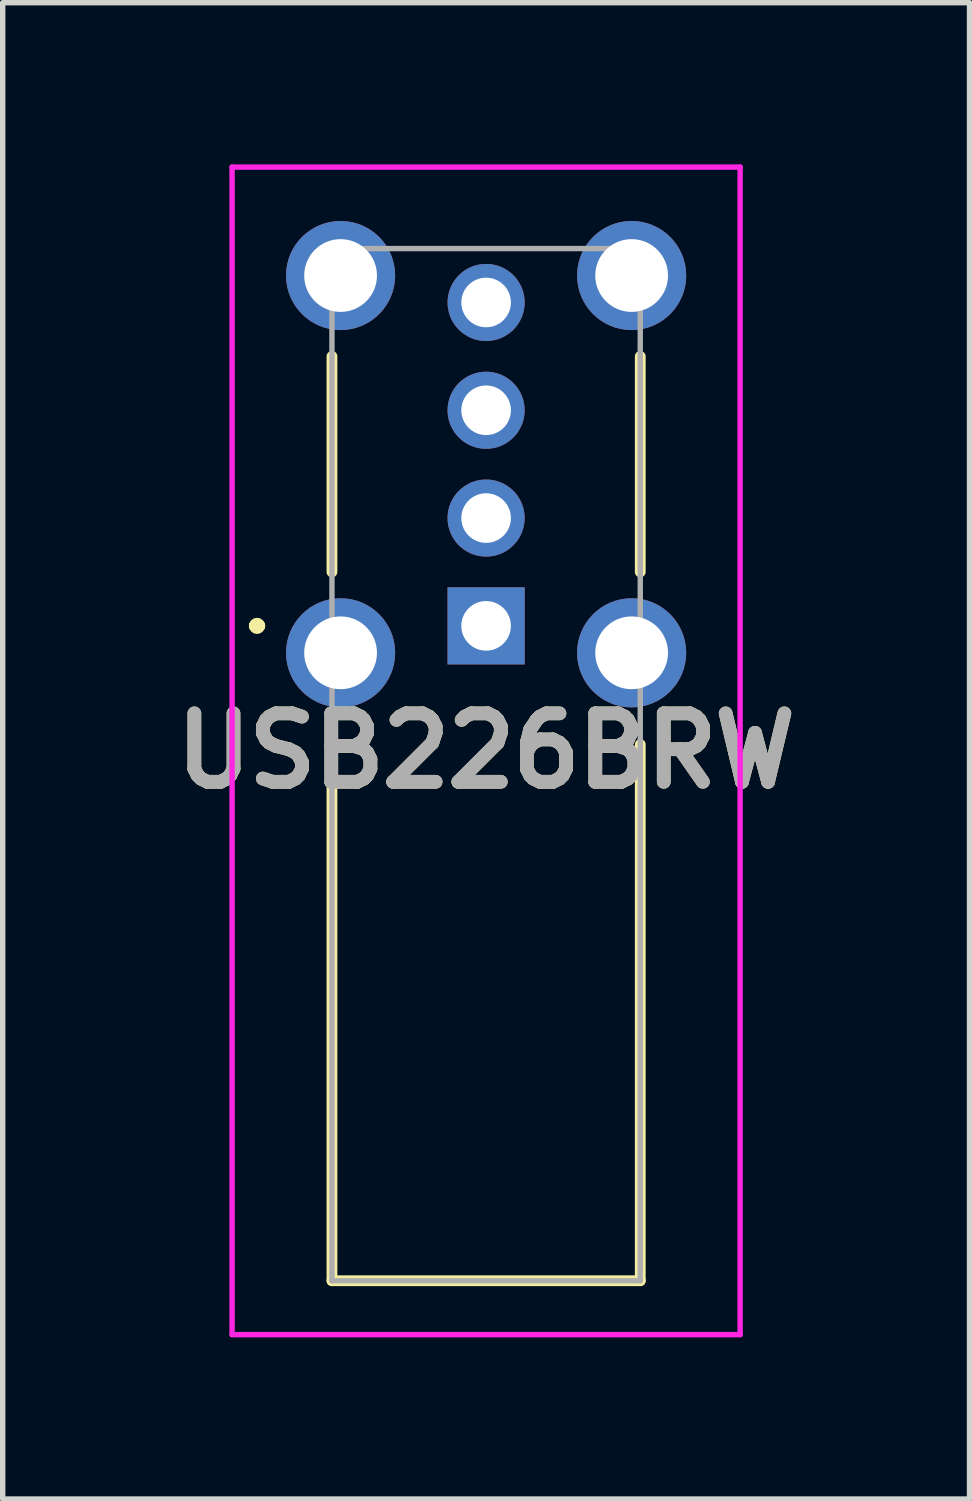
<source format=kicad_pcb>
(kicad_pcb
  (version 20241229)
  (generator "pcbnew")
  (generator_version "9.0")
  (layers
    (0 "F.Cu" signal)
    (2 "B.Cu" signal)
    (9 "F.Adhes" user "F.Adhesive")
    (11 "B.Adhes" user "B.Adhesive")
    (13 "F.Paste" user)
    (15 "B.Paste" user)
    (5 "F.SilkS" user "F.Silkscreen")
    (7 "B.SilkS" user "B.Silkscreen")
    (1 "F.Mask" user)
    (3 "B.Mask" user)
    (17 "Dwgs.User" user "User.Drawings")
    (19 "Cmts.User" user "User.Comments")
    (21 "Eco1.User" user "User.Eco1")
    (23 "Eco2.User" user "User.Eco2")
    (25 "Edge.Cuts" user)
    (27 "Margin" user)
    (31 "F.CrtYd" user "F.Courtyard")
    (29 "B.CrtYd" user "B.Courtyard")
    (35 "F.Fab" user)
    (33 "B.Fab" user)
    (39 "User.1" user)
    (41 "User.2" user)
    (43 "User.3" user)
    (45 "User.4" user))
  (footprint "USB226BRW"
    (layer "F.Cu")
    (at 5.969 8.562)
    (property "Reference" "USB226BRW" (at 0 2.319 0) (layer "F.SilkS") (effects (font (size 1.27 1.27) (thickness 0.254))))
    (attr through_hole)
    (fp_line (start -4.3 0) (end -4.3 0) (stroke (width 0.2) (type solid)) (layer "F.SilkS"))
    (fp_line (start -4.3 0) (end -4.2 0) (stroke (width 0.2) (type solid)) (layer "F.SilkS"))
    (fp_line (start -4.2 0) (end -4.2 0) (stroke (width 0.2) (type solid)) (layer "F.SilkS"))
    (fp_line (start -2.86 -5) (end -2.86 -1) (stroke (width 0.2) (type solid)) (layer "F.SilkS"))
    (fp_line (start -2.86 2.2) (end -2.86 12.15) (stroke (width 0.2) (type solid)) (layer "F.SilkS"))
    (fp_line (start -2.86 12.15) (end 2.86 12.15) (stroke (width 0.2) (type solid)) (layer "F.SilkS"))
    (fp_line (start 2.86 -5) (end 2.86 -1) (stroke (width 0.2) (type solid)) (layer "F.SilkS"))
    (fp_line (start 2.86 12.15) (end 2.86 2.2) (stroke (width 0.2) (type solid)) (layer "F.SilkS"))
    (fp_arc (start -4.3 0) (mid -4.25 -0.05) (end -4.2 0) (stroke (width 0.2) (type solid)) (layer "F.SilkS"))
    (fp_arc (start -4.2 0) (mid -4.25 0.05) (end -4.3 0) (stroke (width 0.2) (type solid)) (layer "F.SilkS"))
    (fp_line (start -4.713 -8.512) (end 4.713 -8.512) (stroke (width 0.1) (type solid)) (layer "F.CrtYd"))
    (fp_line (start -4.713 13.15) (end -4.713 -8.512) (stroke (width 0.1) (type solid)) (layer "F.CrtYd"))
    (fp_line (start 4.713 -8.512) (end 4.713 13.15) (stroke (width 0.1) (type solid)) (layer "F.CrtYd"))
    (fp_line (start 4.713 13.15) (end -4.713 13.15) (stroke (width 0.1) (type solid)) (layer "F.CrtYd"))
    (fp_line (start -2.86 -7) (end 2.86 -7) (stroke (width 0.1) (type solid)) (layer "F.Fab"))
    (fp_line (start -2.86 12.15) (end -2.86 -7) (stroke (width 0.1) (type solid)) (layer "F.Fab"))
    (fp_line (start 2.86 -7) (end 2.86 12.15) (stroke (width 0.1) (type solid)) (layer "F.Fab"))
    (fp_line (start 2.86 12.15) (end -2.86 12.15) (stroke (width 0.1) (type solid)) (layer "F.Fab"))
    (fp_text user "${REFERENCE}" (at 0 2.319 0) (layer "F.Fab") (effects (font (size 1.27 1.27) (thickness 0.254))))
    (pad "1" thru_hole rect (at 0 0) (size 1.431 1.431) (drill 0.92) (layers "*.Cu" "*.Mask"))
    (pad "2" thru_hole circle (at 0 -2) (size 1.431 1.431) (drill 0.92) (layers "*.Cu" "*.Mask"))
    (pad "3" thru_hole circle (at 0 -4) (size 1.431 1.431) (drill 0.92) (layers "*.Cu" "*.Mask"))
    (pad "4" thru_hole circle (at 0 -6) (size 1.431 1.431) (drill 0.92) (layers "*.Cu" "*.Mask"))
    (pad "MH1" thru_hole circle (at -2.7 -6.5) (size 2.025 2.025) (drill 1.35) (layers "*.Cu" "*.Mask"))
    (pad "MH2" thru_hole circle (at -2.7 0.5) (size 2.025 2.025) (drill 1.35) (layers "*.Cu" "*.Mask"))
    (pad "MH3" thru_hole circle (at 2.7 0.5) (size 2.025 2.025) (drill 1.35) (layers "*.Cu" "*.Mask"))
    (pad "MH4" thru_hole circle (at 2.7 -6.5) (size 2.025 2.025) (drill 1.35) (layers "*.Cu" "*.Mask")))
  (gr_rect
    (start -3 -3)
    (end 14.938 24.762)
    (stroke (width 0.1) (type default))
    (fill no)
    (layer "Edge.Cuts")))
</source>
